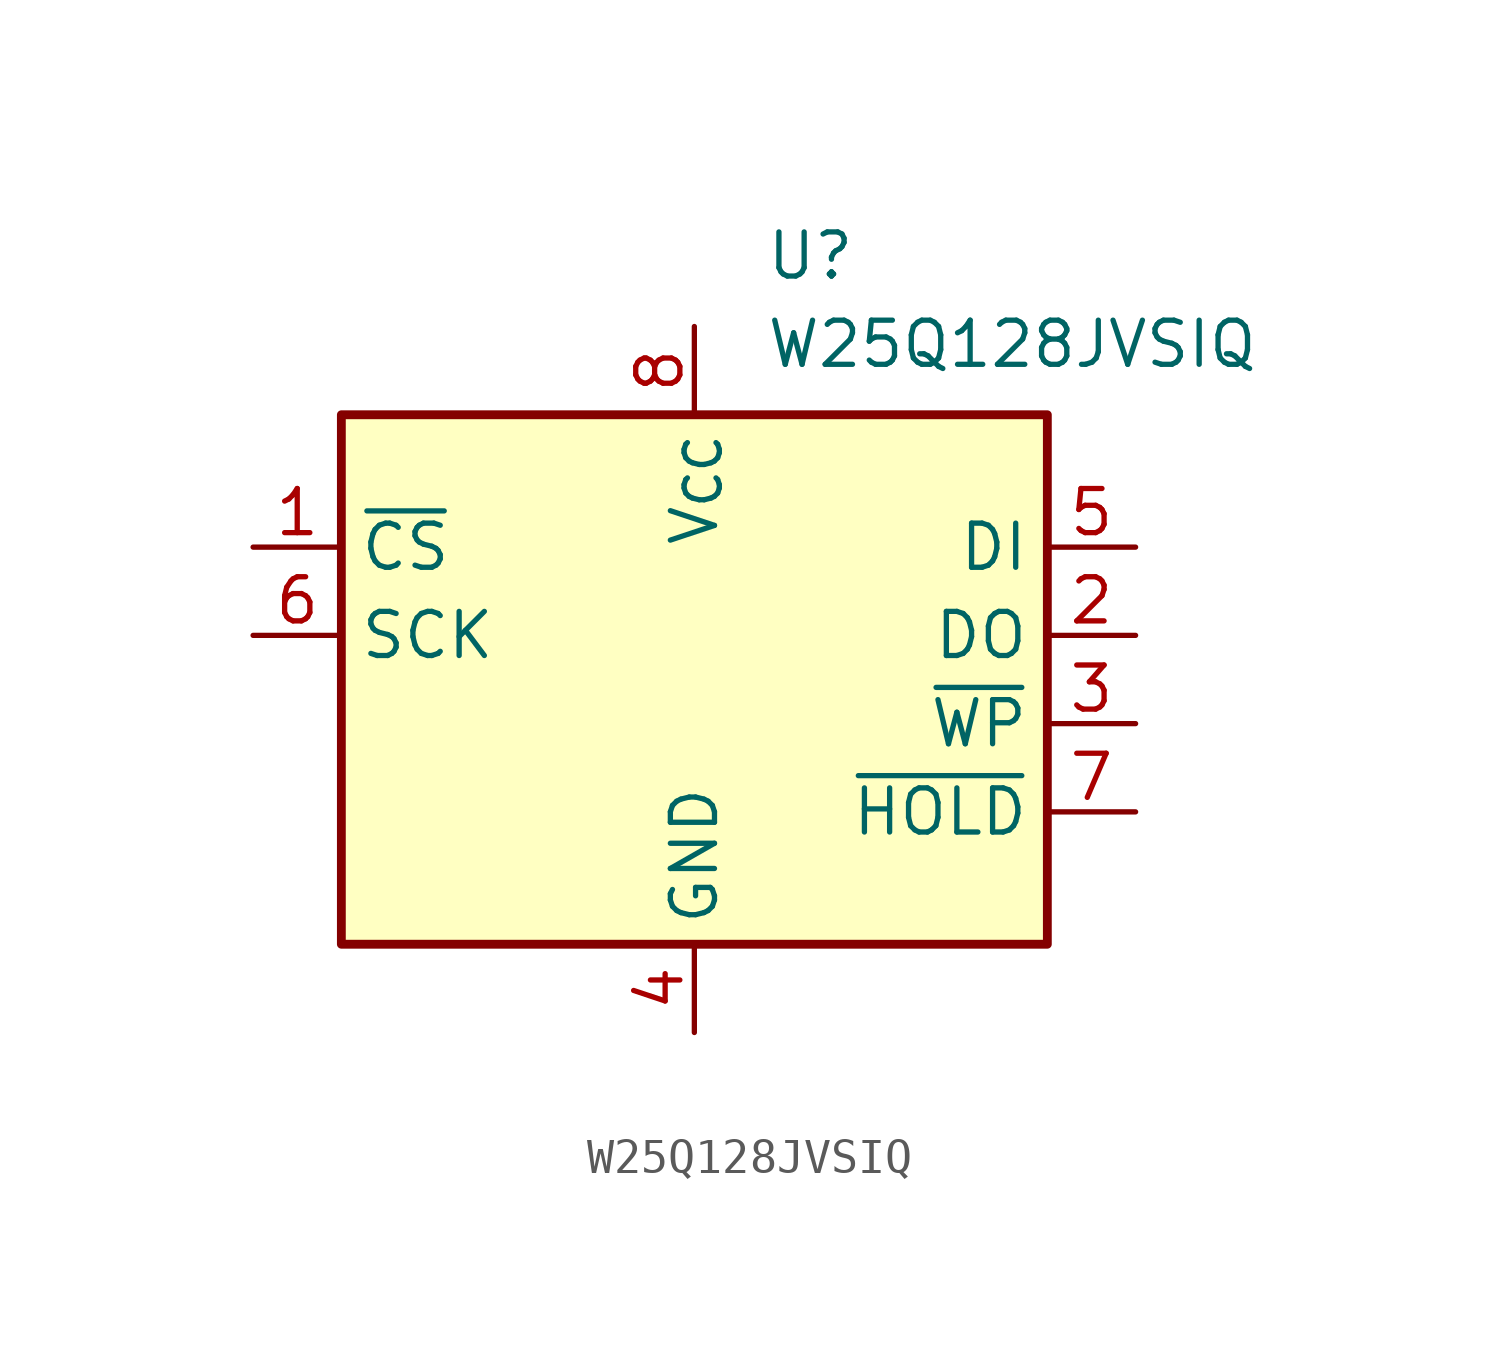
<source format=kicad_sym>
(kicad_symbol_lib
  (version 20241209)
  (generator "kicad_symbol_editor")
  (generator_version "9.0")
  (symbol "W25Q128JVSIQ"
    (property "Reference" "U"
      (at 2.032 12.192 0)
      (effects (font (size 1.27 1.27)) (justify left)))
    (property "Value" "W25Q128JVSIQ"
      (at 2.032 9.652 0)
      (effects (font (size 1.27 1.27)) (justify left)))
    (symbol "W25Q128JVSIQ_1_1"
      (rectangle (start -10.16 7.62) (end 10.16 -7.62) (stroke (width 0.254) (type default)) (fill (type background)))
      (pin input line (at -12.7 3.81 0) (length 2.54) (name "~{CS}" (effects (font (size 1.27 1.27)))) (number "1" (effects (font (size 1.27 1.27)))))
      (pin input line (at -12.7 1.27 0) (length 2.54) (name "SCK" (effects (font (size 1.27 1.27)))) (number "6" (effects (font (size 1.27 1.27)))))
      (pin power_in line (at 0 10.16 270) (length 2.54) (name "V_{CC}" (effects (font (size 1.27 1.27)))) (number "8" (effects (font (size 1.27 1.27)))))
      (pin power_in line (at 0 -10.16 90) (length 2.54) (name "GND" (effects (font (size 1.27 1.27)))) (number "4" (effects (font (size 1.27 1.27)))))
      (pin input line (at 12.7 3.81 180) (length 2.54) (name "DI" (effects (font (size 1.27 1.27)))) (number "5" (effects (font (size 1.27 1.27)))) (alternate "IO_{0}" bidirectional line))
      (pin output line (at 12.7 1.27 180) (length 2.54) (name "DO" (effects (font (size 1.27 1.27)))) (number "2" (effects (font (size 1.27 1.27)))) (alternate "IO_{1}" bidirectional line))
      (pin input line (at 12.7 -1.27 180) (length 2.54) (name "~{WP}" (effects (font (size 1.27 1.27)))) (number "3" (effects (font (size 1.27 1.27)))) (alternate "IO_{2}" bidirectional line))
      (pin input line (at 12.7 -3.81 180) (length 2.54) (name "~{HOLD}" (effects (font (size 1.27 1.27)))) (number "7" (effects (font (size 1.27 1.27)))) (alternate "IO_{3}" bidirectional line)))))
</source>
